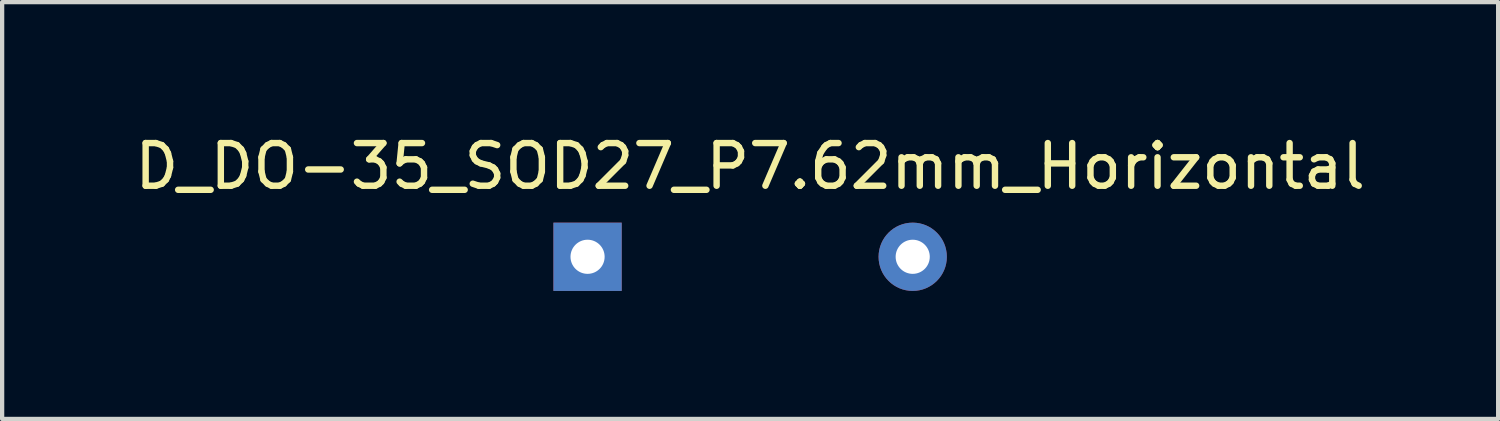
<source format=kicad_pcb>
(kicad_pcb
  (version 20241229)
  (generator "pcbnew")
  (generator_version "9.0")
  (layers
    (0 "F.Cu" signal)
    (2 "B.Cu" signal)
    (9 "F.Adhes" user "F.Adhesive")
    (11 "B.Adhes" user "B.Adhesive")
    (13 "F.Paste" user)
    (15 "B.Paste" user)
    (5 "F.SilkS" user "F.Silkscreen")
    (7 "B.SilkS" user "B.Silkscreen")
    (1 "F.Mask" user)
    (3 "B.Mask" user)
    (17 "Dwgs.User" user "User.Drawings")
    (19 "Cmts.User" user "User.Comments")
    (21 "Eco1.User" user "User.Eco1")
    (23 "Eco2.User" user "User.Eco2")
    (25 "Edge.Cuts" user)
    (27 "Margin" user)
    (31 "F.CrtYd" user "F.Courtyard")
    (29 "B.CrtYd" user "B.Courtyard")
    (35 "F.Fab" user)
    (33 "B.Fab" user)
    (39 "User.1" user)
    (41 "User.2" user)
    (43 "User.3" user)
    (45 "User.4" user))
  (footprint "D_DO-35_SOD27_P7.62mm_Horizontal"
    (layer "F.Cu")
    (at 10.72 2.968)
    (property "Reference" "D_DO-35_SOD27_P7.62mm_Horizontal" (at 3.81 -2.12 0) (layer "F.SilkS") (effects (font (size 1 1) (thickness 0.15))))
    (attr through_hole)
    (pad "1" thru_hole rect (at 0 0) (size 1.6 1.6) (drill 0.8) (layers "*.Cu" "*.Mask"))
    (pad "2" thru_hole oval (at 7.62 0) (size 1.6 1.6) (drill 0.8) (layers "*.Cu" "*.Mask")))
  (gr_rect
    (start -3 -3)
    (end 32.06 6.768)
    (stroke (width 0.1) (type default))
    (fill no)
    (layer "Edge.Cuts")))
</source>
